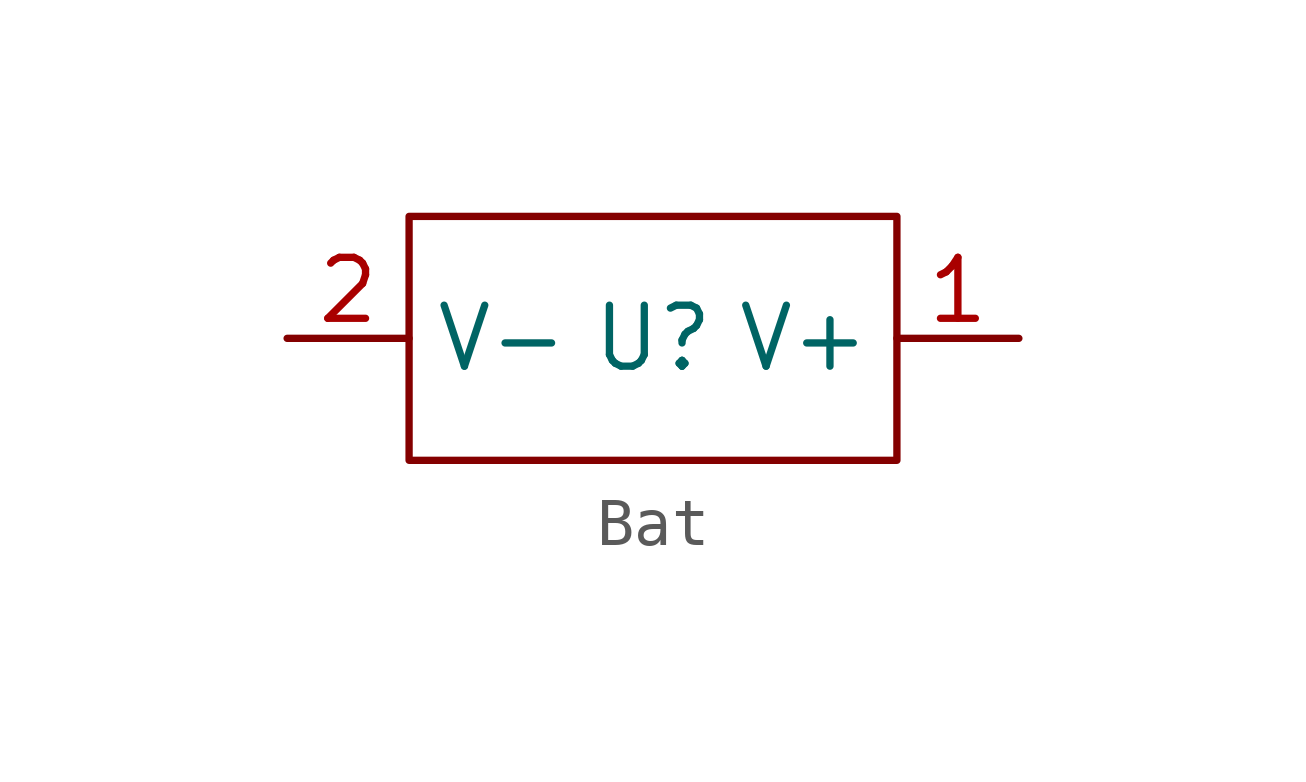
<source format=kicad_sym>
(kicad_symbol_lib
  (version 20241209)
  (generator "kicad_symbol_editor")
  (generator_version "9.0")
  (symbol "Bat"
    (property "Reference" "U"
      (at 0 0 0)
      (effects (font (size 1.27 1.27))))
    (property "Value" ""
      (at 0 0 0)
      (effects (font (size 1.27 1.27))))
    (symbol "Bat_0_1"
      (rectangle (start -5.08 2.54) (end 5.08 -2.54) (stroke (width 0) (type default)) (fill (type none))))
    (symbol "Bat_1_1"
      (pin power_in line (at -7.62 0 0) (length 2.54) (name "V-" (effects (font (size 1.27 1.27)))) (number "2" (effects (font (size 1.27 1.27)))))
      (pin power_out line (at 7.62 0 180) (length 2.54) (name "V+" (effects (font (size 1.27 1.27)))) (number "1" (effects (font (size 1.27 1.27))))))))
</source>
